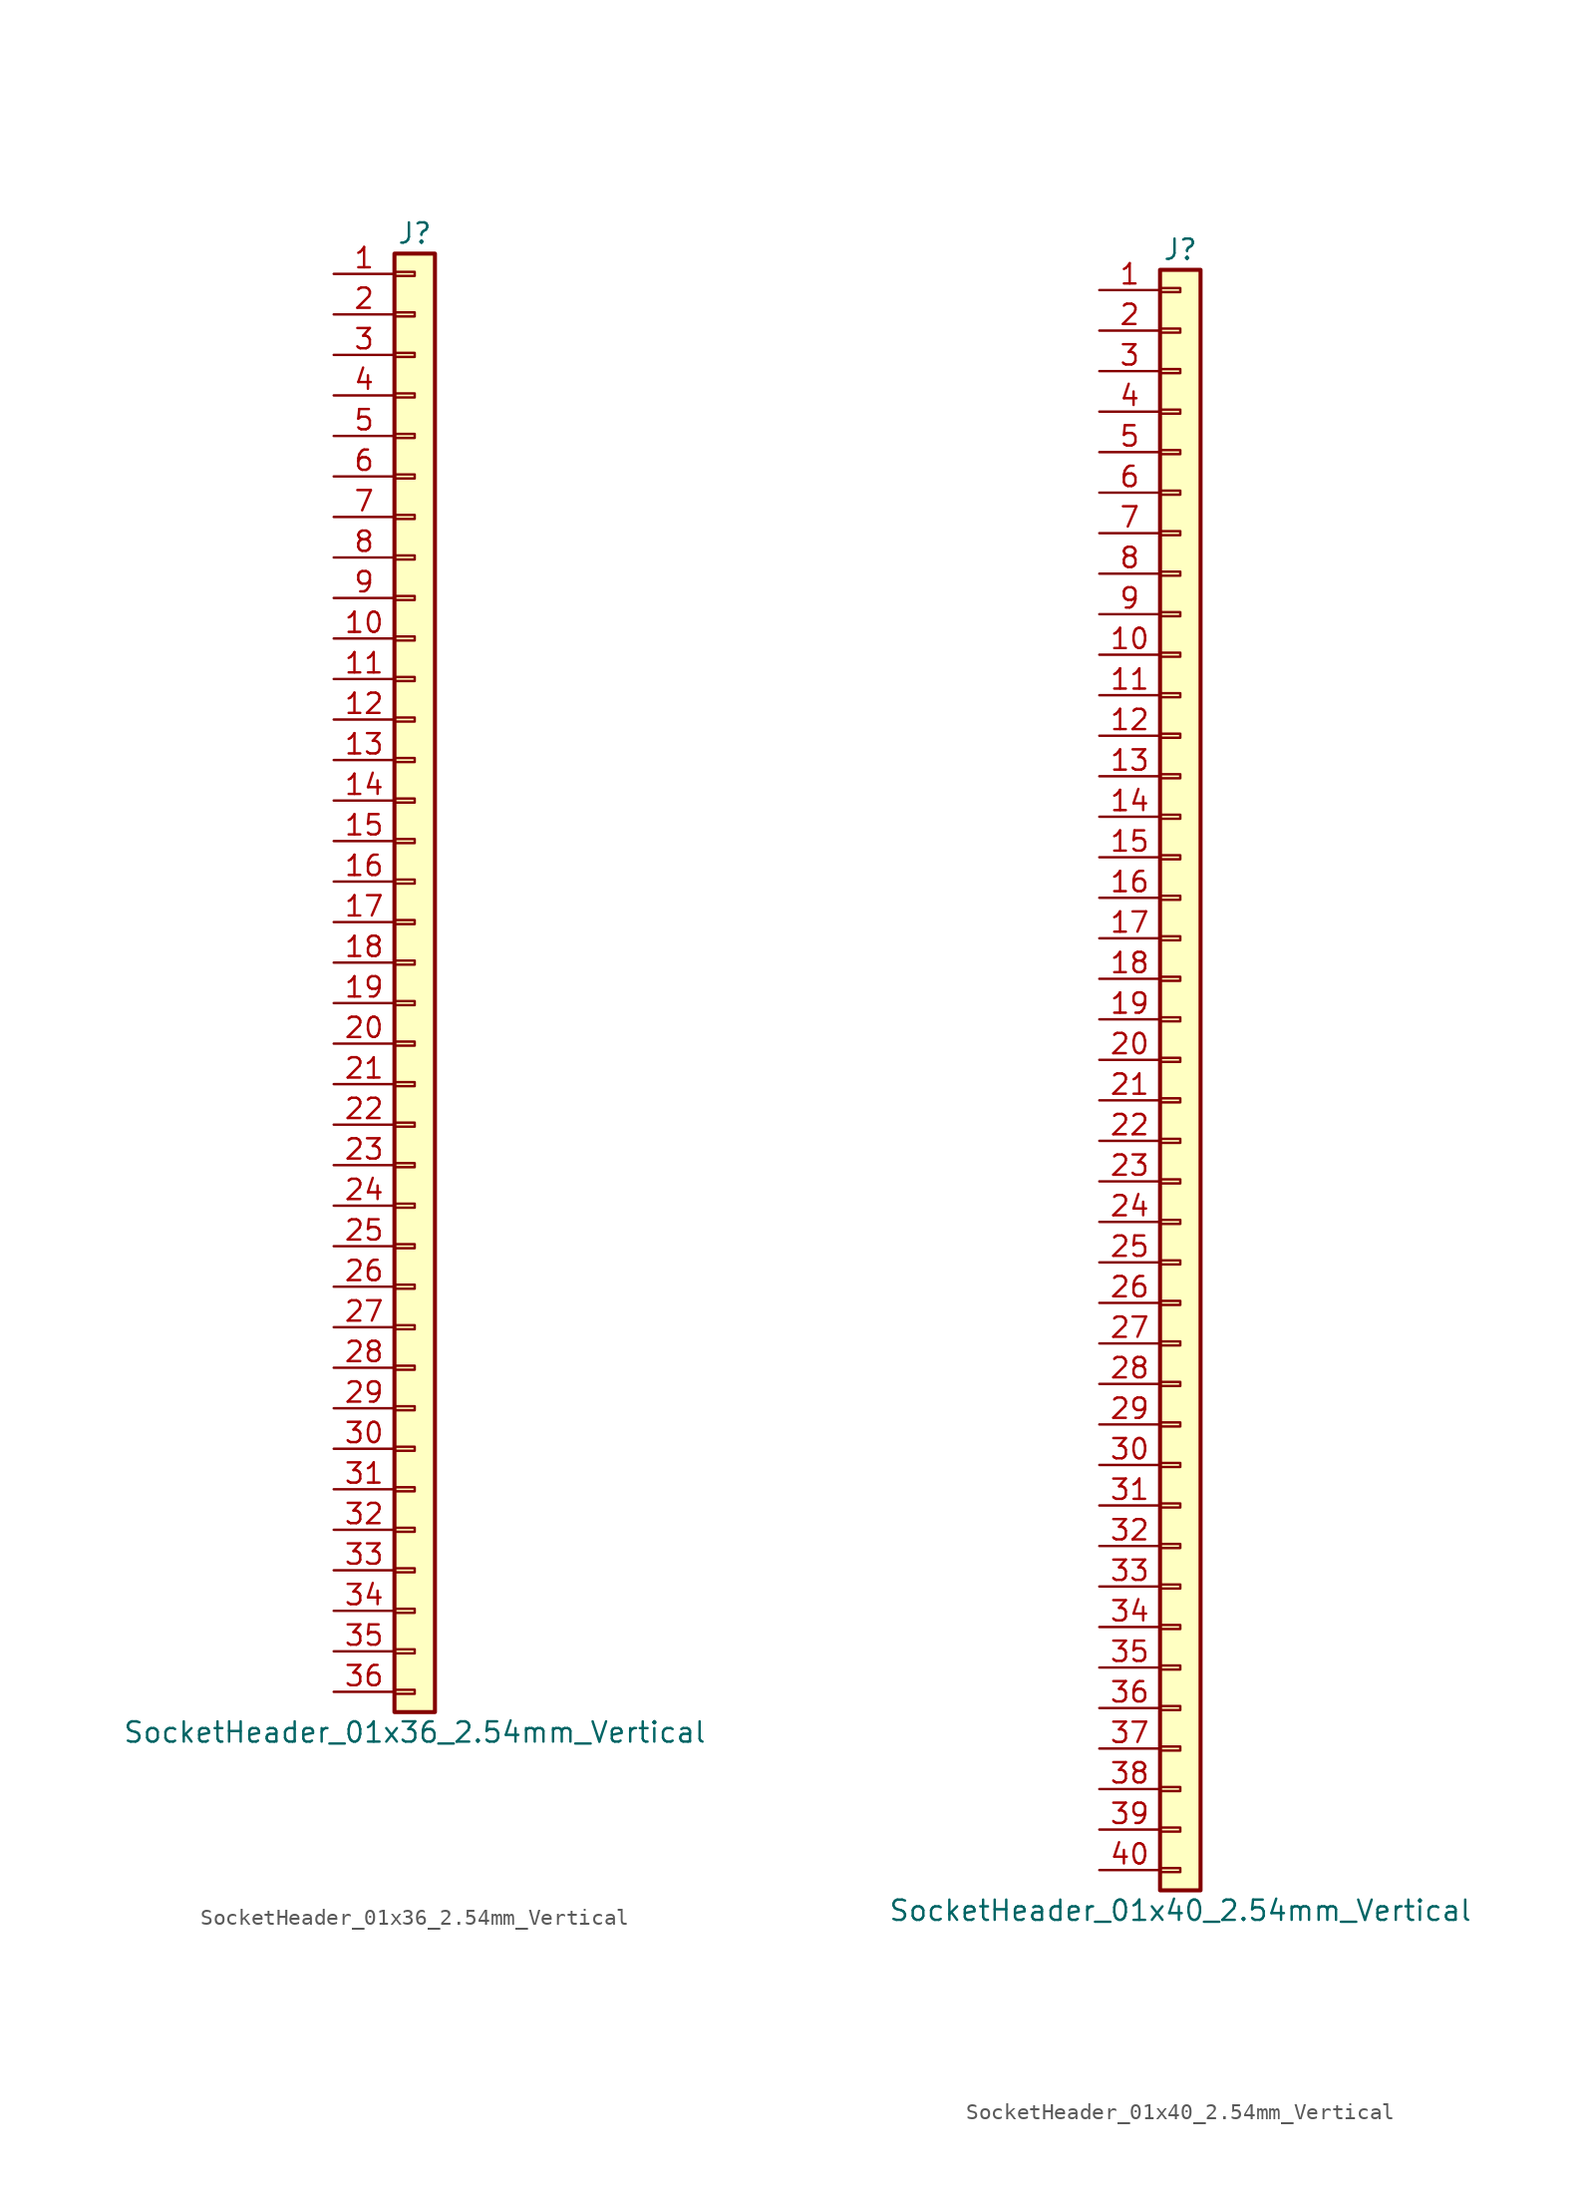
<source format=kicad_sym>
(kicad_symbol_lib
  (version 20241209)
  (generator "kicad_symbol_editor")
  (generator_version "9.0")
  (symbol "SocketHeader_01x36_2.54mm_Vertical"
    (pin_names
      (offset 1.016)
      (hide yes))
    (property "Reference" "J"
      (at 0 45.72 0)
      (effects (font (size 1.27 1.27))))
    (property "Value" "SocketHeader_01x36_2.54mm_Vertical"
      (at 0 -48.26 0)
      (effects (font (size 1.27 1.27))))
    (symbol "SocketHeader_01x36_2.54mm_Vertical_1_1"
      (rectangle (start -1.27 44.45) (end 1.27 -46.99) (stroke (width 0.254) (type default)) (fill (type background)))
      (rectangle (start -1.27 43.307) (end 0 43.053) (stroke (width 0.152) (type default)) (fill (type none)))
      (rectangle (start -1.27 40.767) (end 0 40.513) (stroke (width 0.152) (type default)) (fill (type none)))
      (rectangle (start -1.27 38.227) (end 0 37.973) (stroke (width 0.152) (type default)) (fill (type none)))
      (rectangle (start -1.27 35.687) (end 0 35.433) (stroke (width 0.152) (type default)) (fill (type none)))
      (rectangle (start -1.27 33.147) (end 0 32.893) (stroke (width 0.152) (type default)) (fill (type none)))
      (rectangle (start -1.27 30.607) (end 0 30.353) (stroke (width 0.152) (type default)) (fill (type none)))
      (rectangle (start -1.27 28.067) (end 0 27.813) (stroke (width 0.152) (type default)) (fill (type none)))
      (rectangle (start -1.27 25.527) (end 0 25.273) (stroke (width 0.152) (type default)) (fill (type none)))
      (rectangle (start -1.27 22.987) (end 0 22.733) (stroke (width 0.152) (type default)) (fill (type none)))
      (rectangle (start -1.27 20.447) (end 0 20.193) (stroke (width 0.152) (type default)) (fill (type none)))
      (rectangle (start -1.27 17.907) (end 0 17.653) (stroke (width 0.152) (type default)) (fill (type none)))
      (rectangle (start -1.27 15.367) (end 0 15.113) (stroke (width 0.152) (type default)) (fill (type none)))
      (rectangle (start -1.27 12.827) (end 0 12.573) (stroke (width 0.152) (type default)) (fill (type none)))
      (rectangle (start -1.27 10.287) (end 0 10.033) (stroke (width 0.152) (type default)) (fill (type none)))
      (rectangle (start -1.27 7.747) (end 0 7.493) (stroke (width 0.152) (type default)) (fill (type none)))
      (rectangle (start -1.27 5.207) (end 0 4.953) (stroke (width 0.152) (type default)) (fill (type none)))
      (rectangle (start -1.27 2.667) (end 0 2.413) (stroke (width 0.152) (type default)) (fill (type none)))
      (rectangle (start -1.27 0.127) (end 0 -0.127) (stroke (width 0.152) (type default)) (fill (type none)))
      (rectangle (start -1.27 -2.413) (end 0 -2.667) (stroke (width 0.152) (type default)) (fill (type none)))
      (rectangle (start -1.27 -4.953) (end 0 -5.207) (stroke (width 0.152) (type default)) (fill (type none)))
      (rectangle (start -1.27 -7.493) (end 0 -7.747) (stroke (width 0.152) (type default)) (fill (type none)))
      (rectangle (start -1.27 -10.033) (end 0 -10.287) (stroke (width 0.152) (type default)) (fill (type none)))
      (rectangle (start -1.27 -12.573) (end 0 -12.827) (stroke (width 0.152) (type default)) (fill (type none)))
      (rectangle (start -1.27 -15.113) (end 0 -15.367) (stroke (width 0.152) (type default)) (fill (type none)))
      (rectangle (start -1.27 -17.653) (end 0 -17.907) (stroke (width 0.152) (type default)) (fill (type none)))
      (rectangle (start -1.27 -20.193) (end 0 -20.447) (stroke (width 0.152) (type default)) (fill (type none)))
      (rectangle (start -1.27 -22.733) (end 0 -22.987) (stroke (width 0.152) (type default)) (fill (type none)))
      (rectangle (start -1.27 -25.273) (end 0 -25.527) (stroke (width 0.152) (type default)) (fill (type none)))
      (rectangle (start -1.27 -27.813) (end 0 -28.067) (stroke (width 0.152) (type default)) (fill (type none)))
      (rectangle (start -1.27 -30.353) (end 0 -30.607) (stroke (width 0.152) (type default)) (fill (type none)))
      (rectangle (start -1.27 -32.893) (end 0 -33.147) (stroke (width 0.152) (type default)) (fill (type none)))
      (rectangle (start -1.27 -35.433) (end 0 -35.687) (stroke (width 0.152) (type default)) (fill (type none)))
      (rectangle (start -1.27 -37.973) (end 0 -38.227) (stroke (width 0.152) (type default)) (fill (type none)))
      (rectangle (start -1.27 -40.513) (end 0 -40.767) (stroke (width 0.152) (type default)) (fill (type none)))
      (rectangle (start -1.27 -43.053) (end 0 -43.307) (stroke (width 0.152) (type default)) (fill (type none)))
      (rectangle (start -1.27 -45.593) (end 0 -45.847) (stroke (width 0.152) (type default)) (fill (type none)))
      (pin passive line (at -5.08 43.18 0) (length 3.81) (name "Pin_1" (effects (font (size 1.27 1.27)))) (number "1" (effects (font (size 1.27 1.27)))))
      (pin passive line (at -5.08 40.64 0) (length 3.81) (name "Pin_2" (effects (font (size 1.27 1.27)))) (number "2" (effects (font (size 1.27 1.27)))))
      (pin passive line (at -5.08 38.1 0) (length 3.81) (name "Pin_3" (effects (font (size 1.27 1.27)))) (number "3" (effects (font (size 1.27 1.27)))))
      (pin passive line (at -5.08 35.56 0) (length 3.81) (name "Pin_4" (effects (font (size 1.27 1.27)))) (number "4" (effects (font (size 1.27 1.27)))))
      (pin passive line (at -5.08 33.02 0) (length 3.81) (name "Pin_5" (effects (font (size 1.27 1.27)))) (number "5" (effects (font (size 1.27 1.27)))))
      (pin passive line (at -5.08 30.48 0) (length 3.81) (name "Pin_6" (effects (font (size 1.27 1.27)))) (number "6" (effects (font (size 1.27 1.27)))))
      (pin passive line (at -5.08 27.94 0) (length 3.81) (name "Pin_7" (effects (font (size 1.27 1.27)))) (number "7" (effects (font (size 1.27 1.27)))))
      (pin passive line (at -5.08 25.4 0) (length 3.81) (name "Pin_8" (effects (font (size 1.27 1.27)))) (number "8" (effects (font (size 1.27 1.27)))))
      (pin passive line (at -5.08 22.86 0) (length 3.81) (name "Pin_9" (effects (font (size 1.27 1.27)))) (number "9" (effects (font (size 1.27 1.27)))))
      (pin passive line (at -5.08 20.32 0) (length 3.81) (name "Pin_10" (effects (font (size 1.27 1.27)))) (number "10" (effects (font (size 1.27 1.27)))))
      (pin passive line (at -5.08 17.78 0) (length 3.81) (name "Pin_11" (effects (font (size 1.27 1.27)))) (number "11" (effects (font (size 1.27 1.27)))))
      (pin passive line (at -5.08 15.24 0) (length 3.81) (name "Pin_12" (effects (font (size 1.27 1.27)))) (number "12" (effects (font (size 1.27 1.27)))))
      (pin passive line (at -5.08 12.7 0) (length 3.81) (name "Pin_13" (effects (font (size 1.27 1.27)))) (number "13" (effects (font (size 1.27 1.27)))))
      (pin passive line (at -5.08 10.16 0) (length 3.81) (name "Pin_14" (effects (font (size 1.27 1.27)))) (number "14" (effects (font (size 1.27 1.27)))))
      (pin passive line (at -5.08 7.62 0) (length 3.81) (name "Pin_15" (effects (font (size 1.27 1.27)))) (number "15" (effects (font (size 1.27 1.27)))))
      (pin passive line (at -5.08 5.08 0) (length 3.81) (name "Pin_16" (effects (font (size 1.27 1.27)))) (number "16" (effects (font (size 1.27 1.27)))))
      (pin passive line (at -5.08 2.54 0) (length 3.81) (name "Pin_17" (effects (font (size 1.27 1.27)))) (number "17" (effects (font (size 1.27 1.27)))))
      (pin passive line (at -5.08 0 0) (length 3.81) (name "Pin_18" (effects (font (size 1.27 1.27)))) (number "18" (effects (font (size 1.27 1.27)))))
      (pin passive line (at -5.08 -2.54 0) (length 3.81) (name "Pin_19" (effects (font (size 1.27 1.27)))) (number "19" (effects (font (size 1.27 1.27)))))
      (pin passive line (at -5.08 -5.08 0) (length 3.81) (name "Pin_20" (effects (font (size 1.27 1.27)))) (number "20" (effects (font (size 1.27 1.27)))))
      (pin passive line (at -5.08 -7.62 0) (length 3.81) (name "Pin_21" (effects (font (size 1.27 1.27)))) (number "21" (effects (font (size 1.27 1.27)))))
      (pin passive line (at -5.08 -10.16 0) (length 3.81) (name "Pin_22" (effects (font (size 1.27 1.27)))) (number "22" (effects (font (size 1.27 1.27)))))
      (pin passive line (at -5.08 -12.7 0) (length 3.81) (name "Pin_23" (effects (font (size 1.27 1.27)))) (number "23" (effects (font (size 1.27 1.27)))))
      (pin passive line (at -5.08 -15.24 0) (length 3.81) (name "Pin_24" (effects (font (size 1.27 1.27)))) (number "24" (effects (font (size 1.27 1.27)))))
      (pin passive line (at -5.08 -17.78 0) (length 3.81) (name "Pin_25" (effects (font (size 1.27 1.27)))) (number "25" (effects (font (size 1.27 1.27)))))
      (pin passive line (at -5.08 -20.32 0) (length 3.81) (name "Pin_26" (effects (font (size 1.27 1.27)))) (number "26" (effects (font (size 1.27 1.27)))))
      (pin passive line (at -5.08 -22.86 0) (length 3.81) (name "Pin_27" (effects (font (size 1.27 1.27)))) (number "27" (effects (font (size 1.27 1.27)))))
      (pin passive line (at -5.08 -25.4 0) (length 3.81) (name "Pin_28" (effects (font (size 1.27 1.27)))) (number "28" (effects (font (size 1.27 1.27)))))
      (pin passive line (at -5.08 -27.94 0) (length 3.81) (name "Pin_29" (effects (font (size 1.27 1.27)))) (number "29" (effects (font (size 1.27 1.27)))))
      (pin passive line (at -5.08 -30.48 0) (length 3.81) (name "Pin_30" (effects (font (size 1.27 1.27)))) (number "30" (effects (font (size 1.27 1.27)))))
      (pin passive line (at -5.08 -33.02 0) (length 3.81) (name "Pin_31" (effects (font (size 1.27 1.27)))) (number "31" (effects (font (size 1.27 1.27)))))
      (pin passive line (at -5.08 -35.56 0) (length 3.81) (name "Pin_32" (effects (font (size 1.27 1.27)))) (number "32" (effects (font (size 1.27 1.27)))))
      (pin passive line (at -5.08 -38.1 0) (length 3.81) (name "Pin_33" (effects (font (size 1.27 1.27)))) (number "33" (effects (font (size 1.27 1.27)))))
      (pin passive line (at -5.08 -40.64 0) (length 3.81) (name "Pin_34" (effects (font (size 1.27 1.27)))) (number "34" (effects (font (size 1.27 1.27)))))
      (pin passive line (at -5.08 -43.18 0) (length 3.81) (name "Pin_35" (effects (font (size 1.27 1.27)))) (number "35" (effects (font (size 1.27 1.27)))))
      (pin passive line (at -5.08 -45.72 0) (length 3.81) (name "Pin_36" (effects (font (size 1.27 1.27)))) (number "36" (effects (font (size 1.27 1.27)))))))
  (symbol "SocketHeader_01x40_2.54mm_Vertical"
    (pin_names
      (offset 1.016)
      (hide yes))
    (property "Reference" "J"
      (at 0 50.8 0)
      (effects (font (size 1.27 1.27))))
    (property "Value" "SocketHeader_01x40_2.54mm_Vertical"
      (at 0 -53.34 0)
      (effects (font (size 1.27 1.27))))
    (symbol "SocketHeader_01x40_2.54mm_Vertical_1_1"
      (rectangle (start -1.27 49.53) (end 1.27 -52.07) (stroke (width 0.254) (type default)) (fill (type background)))
      (rectangle (start -1.27 48.387) (end 0 48.133) (stroke (width 0.152) (type default)) (fill (type none)))
      (rectangle (start -1.27 45.847) (end 0 45.593) (stroke (width 0.152) (type default)) (fill (type none)))
      (rectangle (start -1.27 43.307) (end 0 43.053) (stroke (width 0.152) (type default)) (fill (type none)))
      (rectangle (start -1.27 40.767) (end 0 40.513) (stroke (width 0.152) (type default)) (fill (type none)))
      (rectangle (start -1.27 38.227) (end 0 37.973) (stroke (width 0.152) (type default)) (fill (type none)))
      (rectangle (start -1.27 35.687) (end 0 35.433) (stroke (width 0.152) (type default)) (fill (type none)))
      (rectangle (start -1.27 33.147) (end 0 32.893) (stroke (width 0.152) (type default)) (fill (type none)))
      (rectangle (start -1.27 30.607) (end 0 30.353) (stroke (width 0.152) (type default)) (fill (type none)))
      (rectangle (start -1.27 28.067) (end 0 27.813) (stroke (width 0.152) (type default)) (fill (type none)))
      (rectangle (start -1.27 25.527) (end 0 25.273) (stroke (width 0.152) (type default)) (fill (type none)))
      (rectangle (start -1.27 22.987) (end 0 22.733) (stroke (width 0.152) (type default)) (fill (type none)))
      (rectangle (start -1.27 20.447) (end 0 20.193) (stroke (width 0.152) (type default)) (fill (type none)))
      (rectangle (start -1.27 17.907) (end 0 17.653) (stroke (width 0.152) (type default)) (fill (type none)))
      (rectangle (start -1.27 15.367) (end 0 15.113) (stroke (width 0.152) (type default)) (fill (type none)))
      (rectangle (start -1.27 12.827) (end 0 12.573) (stroke (width 0.152) (type default)) (fill (type none)))
      (rectangle (start -1.27 10.287) (end 0 10.033) (stroke (width 0.152) (type default)) (fill (type none)))
      (rectangle (start -1.27 7.747) (end 0 7.493) (stroke (width 0.152) (type default)) (fill (type none)))
      (rectangle (start -1.27 5.207) (end 0 4.953) (stroke (width 0.152) (type default)) (fill (type none)))
      (rectangle (start -1.27 2.667) (end 0 2.413) (stroke (width 0.152) (type default)) (fill (type none)))
      (rectangle (start -1.27 0.127) (end 0 -0.127) (stroke (width 0.152) (type default)) (fill (type none)))
      (rectangle (start -1.27 -2.413) (end 0 -2.667) (stroke (width 0.152) (type default)) (fill (type none)))
      (rectangle (start -1.27 -4.953) (end 0 -5.207) (stroke (width 0.152) (type default)) (fill (type none)))
      (rectangle (start -1.27 -7.493) (end 0 -7.747) (stroke (width 0.152) (type default)) (fill (type none)))
      (rectangle (start -1.27 -10.033) (end 0 -10.287) (stroke (width 0.152) (type default)) (fill (type none)))
      (rectangle (start -1.27 -12.573) (end 0 -12.827) (stroke (width 0.152) (type default)) (fill (type none)))
      (rectangle (start -1.27 -15.113) (end 0 -15.367) (stroke (width 0.152) (type default)) (fill (type none)))
      (rectangle (start -1.27 -17.653) (end 0 -17.907) (stroke (width 0.152) (type default)) (fill (type none)))
      (rectangle (start -1.27 -20.193) (end 0 -20.447) (stroke (width 0.152) (type default)) (fill (type none)))
      (rectangle (start -1.27 -22.733) (end 0 -22.987) (stroke (width 0.152) (type default)) (fill (type none)))
      (rectangle (start -1.27 -25.273) (end 0 -25.527) (stroke (width 0.152) (type default)) (fill (type none)))
      (rectangle (start -1.27 -27.813) (end 0 -28.067) (stroke (width 0.152) (type default)) (fill (type none)))
      (rectangle (start -1.27 -30.353) (end 0 -30.607) (stroke (width 0.152) (type default)) (fill (type none)))
      (rectangle (start -1.27 -32.893) (end 0 -33.147) (stroke (width 0.152) (type default)) (fill (type none)))
      (rectangle (start -1.27 -35.433) (end 0 -35.687) (stroke (width 0.152) (type default)) (fill (type none)))
      (rectangle (start -1.27 -37.973) (end 0 -38.227) (stroke (width 0.152) (type default)) (fill (type none)))
      (rectangle (start -1.27 -40.513) (end 0 -40.767) (stroke (width 0.152) (type default)) (fill (type none)))
      (rectangle (start -1.27 -43.053) (end 0 -43.307) (stroke (width 0.152) (type default)) (fill (type none)))
      (rectangle (start -1.27 -45.593) (end 0 -45.847) (stroke (width 0.152) (type default)) (fill (type none)))
      (rectangle (start -1.27 -48.133) (end 0 -48.387) (stroke (width 0.152) (type default)) (fill (type none)))
      (rectangle (start -1.27 -50.673) (end 0 -50.927) (stroke (width 0.152) (type default)) (fill (type none)))
      (pin passive line (at -5.08 48.26 0) (length 3.81) (name "Pin_1" (effects (font (size 1.27 1.27)))) (number "1" (effects (font (size 1.27 1.27)))))
      (pin passive line (at -5.08 45.72 0) (length 3.81) (name "Pin_2" (effects (font (size 1.27 1.27)))) (number "2" (effects (font (size 1.27 1.27)))))
      (pin passive line (at -5.08 43.18 0) (length 3.81) (name "Pin_3" (effects (font (size 1.27 1.27)))) (number "3" (effects (font (size 1.27 1.27)))))
      (pin passive line (at -5.08 40.64 0) (length 3.81) (name "Pin_4" (effects (font (size 1.27 1.27)))) (number "4" (effects (font (size 1.27 1.27)))))
      (pin passive line (at -5.08 38.1 0) (length 3.81) (name "Pin_5" (effects (font (size 1.27 1.27)))) (number "5" (effects (font (size 1.27 1.27)))))
      (pin passive line (at -5.08 35.56 0) (length 3.81) (name "Pin_6" (effects (font (size 1.27 1.27)))) (number "6" (effects (font (size 1.27 1.27)))))
      (pin passive line (at -5.08 33.02 0) (length 3.81) (name "Pin_7" (effects (font (size 1.27 1.27)))) (number "7" (effects (font (size 1.27 1.27)))))
      (pin passive line (at -5.08 30.48 0) (length 3.81) (name "Pin_8" (effects (font (size 1.27 1.27)))) (number "8" (effects (font (size 1.27 1.27)))))
      (pin passive line (at -5.08 27.94 0) (length 3.81) (name "Pin_9" (effects (font (size 1.27 1.27)))) (number "9" (effects (font (size 1.27 1.27)))))
      (pin passive line (at -5.08 25.4 0) (length 3.81) (name "Pin_10" (effects (font (size 1.27 1.27)))) (number "10" (effects (font (size 1.27 1.27)))))
      (pin passive line (at -5.08 22.86 0) (length 3.81) (name "Pin_11" (effects (font (size 1.27 1.27)))) (number "11" (effects (font (size 1.27 1.27)))))
      (pin passive line (at -5.08 20.32 0) (length 3.81) (name "Pin_12" (effects (font (size 1.27 1.27)))) (number "12" (effects (font (size 1.27 1.27)))))
      (pin passive line (at -5.08 17.78 0) (length 3.81) (name "Pin_13" (effects (font (size 1.27 1.27)))) (number "13" (effects (font (size 1.27 1.27)))))
      (pin passive line (at -5.08 15.24 0) (length 3.81) (name "Pin_14" (effects (font (size 1.27 1.27)))) (number "14" (effects (font (size 1.27 1.27)))))
      (pin passive line (at -5.08 12.7 0) (length 3.81) (name "Pin_15" (effects (font (size 1.27 1.27)))) (number "15" (effects (font (size 1.27 1.27)))))
      (pin passive line (at -5.08 10.16 0) (length 3.81) (name "Pin_16" (effects (font (size 1.27 1.27)))) (number "16" (effects (font (size 1.27 1.27)))))
      (pin passive line (at -5.08 7.62 0) (length 3.81) (name "Pin_17" (effects (font (size 1.27 1.27)))) (number "17" (effects (font (size 1.27 1.27)))))
      (pin passive line (at -5.08 5.08 0) (length 3.81) (name "Pin_18" (effects (font (size 1.27 1.27)))) (number "18" (effects (font (size 1.27 1.27)))))
      (pin passive line (at -5.08 2.54 0) (length 3.81) (name "Pin_19" (effects (font (size 1.27 1.27)))) (number "19" (effects (font (size 1.27 1.27)))))
      (pin passive line (at -5.08 0 0) (length 3.81) (name "Pin_20" (effects (font (size 1.27 1.27)))) (number "20" (effects (font (size 1.27 1.27)))))
      (pin passive line (at -5.08 -2.54 0) (length 3.81) (name "Pin_21" (effects (font (size 1.27 1.27)))) (number "21" (effects (font (size 1.27 1.27)))))
      (pin passive line (at -5.08 -5.08 0) (length 3.81) (name "Pin_22" (effects (font (size 1.27 1.27)))) (number "22" (effects (font (size 1.27 1.27)))))
      (pin passive line (at -5.08 -7.62 0) (length 3.81) (name "Pin_23" (effects (font (size 1.27 1.27)))) (number "23" (effects (font (size 1.27 1.27)))))
      (pin passive line (at -5.08 -10.16 0) (length 3.81) (name "Pin_24" (effects (font (size 1.27 1.27)))) (number "24" (effects (font (size 1.27 1.27)))))
      (pin passive line (at -5.08 -12.7 0) (length 3.81) (name "Pin_25" (effects (font (size 1.27 1.27)))) (number "25" (effects (font (size 1.27 1.27)))))
      (pin passive line (at -5.08 -15.24 0) (length 3.81) (name "Pin_26" (effects (font (size 1.27 1.27)))) (number "26" (effects (font (size 1.27 1.27)))))
      (pin passive line (at -5.08 -17.78 0) (length 3.81) (name "Pin_27" (effects (font (size 1.27 1.27)))) (number "27" (effects (font (size 1.27 1.27)))))
      (pin passive line (at -5.08 -20.32 0) (length 3.81) (name "Pin_28" (effects (font (size 1.27 1.27)))) (number "28" (effects (font (size 1.27 1.27)))))
      (pin passive line (at -5.08 -22.86 0) (length 3.81) (name "Pin_29" (effects (font (size 1.27 1.27)))) (number "29" (effects (font (size 1.27 1.27)))))
      (pin passive line (at -5.08 -25.4 0) (length 3.81) (name "Pin_30" (effects (font (size 1.27 1.27)))) (number "30" (effects (font (size 1.27 1.27)))))
      (pin passive line (at -5.08 -27.94 0) (length 3.81) (name "Pin_31" (effects (font (size 1.27 1.27)))) (number "31" (effects (font (size 1.27 1.27)))))
      (pin passive line (at -5.08 -30.48 0) (length 3.81) (name "Pin_32" (effects (font (size 1.27 1.27)))) (number "32" (effects (font (size 1.27 1.27)))))
      (pin passive line (at -5.08 -33.02 0) (length 3.81) (name "Pin_33" (effects (font (size 1.27 1.27)))) (number "33" (effects (font (size 1.27 1.27)))))
      (pin passive line (at -5.08 -35.56 0) (length 3.81) (name "Pin_34" (effects (font (size 1.27 1.27)))) (number "34" (effects (font (size 1.27 1.27)))))
      (pin passive line (at -5.08 -38.1 0) (length 3.81) (name "Pin_35" (effects (font (size 1.27 1.27)))) (number "35" (effects (font (size 1.27 1.27)))))
      (pin passive line (at -5.08 -40.64 0) (length 3.81) (name "Pin_36" (effects (font (size 1.27 1.27)))) (number "36" (effects (font (size 1.27 1.27)))))
      (pin passive line (at -5.08 -43.18 0) (length 3.81) (name "Pin_37" (effects (font (size 1.27 1.27)))) (number "37" (effects (font (size 1.27 1.27)))))
      (pin passive line (at -5.08 -45.72 0) (length 3.81) (name "Pin_38" (effects (font (size 1.27 1.27)))) (number "38" (effects (font (size 1.27 1.27)))))
      (pin passive line (at -5.08 -48.26 0) (length 3.81) (name "Pin_39" (effects (font (size 1.27 1.27)))) (number "39" (effects (font (size 1.27 1.27)))))
      (pin passive line (at -5.08 -50.8 0) (length 3.81) (name "Pin_40" (effects (font (size 1.27 1.27)))) (number "40" (effects (font (size 1.27 1.27))))))))
</source>
